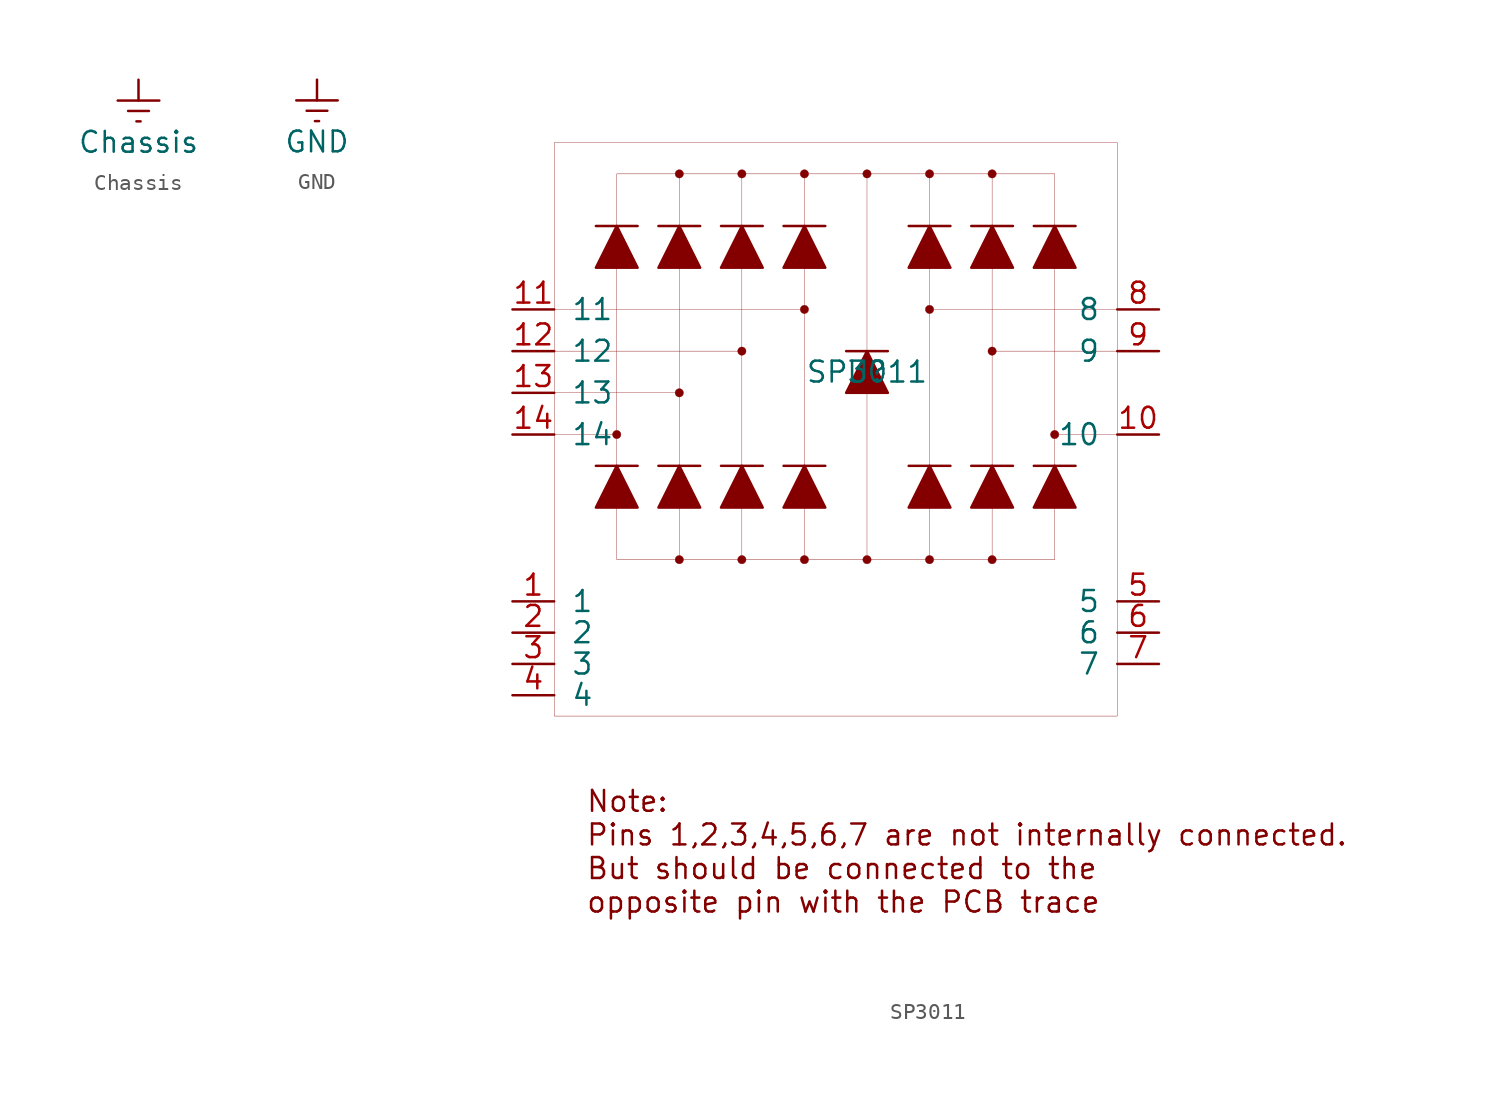
<source format=kicad_sym>
(kicad_symbol_lib
  (version 20200908)
  (generator kicad_symbol_editor)
  (symbol "Scott:Chassis"
    (power)
    (pin_names
      (offset 0))
    (property "Reference" "#PWR"
      (at 0 -6.35 0)
      (effects (font (size 1.27 1.27)) hide))
    (property "Value" "Chassis"
      (at 0 -3.81 0)
      (effects (font (size 1.27 1.27))))
    (symbol "Chassis_1_1"
      (polyline (pts (xy -0.635 -1.905) (xy 0.635 -1.905)) (stroke (width 0)) (fill (type none)))
      (polyline (pts (xy -0.127 -2.54) (xy 0.127 -2.54)) (stroke (width 0)) (fill (type none)))
      (polyline (pts (xy 0 -1.27) (xy 0 0)) (stroke (width 0)) (fill (type none)))
      (polyline (pts (xy 1.27 -1.27) (xy -1.27 -1.27)) (stroke (width 0)) (fill (type none)))
      (pin power_in line (at 0 0 270) (length 0) hide (name "GND" (effects (font (size 1.27 1.27)))) (number "1" (effects (font (size 1.27 1.27)))))))
  (symbol "Scott:GND"
    (power)
    (pin_names
      (offset 0))
    (property "Reference" "#PWR"
      (at 0 -6.35 0)
      (effects (font (size 1.27 1.27)) hide))
    (property "Value" "GND"
      (at 0 -3.81 0)
      (effects (font (size 1.27 1.27))))
    (symbol "GND_1_1"
      (polyline (pts (xy -0.635 -1.905) (xy 0.635 -1.905)) (stroke (width 0)) (fill (type none)))
      (polyline (pts (xy -0.127 -2.54) (xy 0.127 -2.54)) (stroke (width 0)) (fill (type none)))
      (polyline (pts (xy 0 -1.27) (xy 0 0)) (stroke (width 0)) (fill (type none)))
      (polyline (pts (xy 1.27 -1.27) (xy -1.27 -1.27)) (stroke (width 0)) (fill (type none)))
      (pin power_in line (at 0 0 270) (length 0) hide (name "GND" (effects (font (size 1.27 1.27)))) (number "1" (effects (font (size 1.27 1.27)))))))
  (symbol "Scott:SP3011"
    (pin_names
      (offset 1.016))
    (property "Reference" "U"
      (at 1.905 0 0)
      (effects (font (size 1.27 1.27))))
    (property "Value" "SP3011"
      (at 1.905 0 0)
      (effects (font (size 1.27 1.27))))
    (symbol "SP3011_0_1"
      (circle (center 9.525 12.065) (radius 0.254) (stroke (width 0.001)) (fill (type outline)))
      (circle (center 5.715 12.065) (radius 0.254) (stroke (width 0.001)) (fill (type outline)))
      (circle (center -1.905 12.065) (radius 0.254) (stroke (width 0.001)) (fill (type outline)))
      (circle (center -5.715 12.065) (radius 0.254) (stroke (width 0.001)) (fill (type outline)))
      (circle (center -9.525 12.065) (radius 0.254) (stroke (width 0.001)) (fill (type outline)))
      (circle (center -9.525 -11.43) (radius 0.254) (stroke (width 0.001)) (fill (type outline)))
      (circle (center -5.715 -11.43) (radius 0.254) (stroke (width 0.001)) (fill (type outline)))
      (circle (center -1.905 -11.43) (radius 0.254) (stroke (width 0.001)) (fill (type outline)))
      (circle (center 5.715 -11.43) (radius 0.254) (stroke (width 0.001)) (fill (type outline)))
      (circle (center 9.525 -11.43) (radius 0.254) (stroke (width 0.001)) (fill (type outline)))
      (circle (center 1.905 -11.43) (radius 0.254) (stroke (width 0.001)) (fill (type outline)))
      (circle (center 1.905 12.065) (radius 0.254) (stroke (width 0.001)) (fill (type outline)))
      (circle (center -1.905 3.81) (radius 0.254) (stroke (width 0.001)) (fill (type outline)))
      (circle (center -5.715 1.27) (radius 0.254) (stroke (width 0.001)) (fill (type outline)))
      (circle (center -9.525 -1.27) (radius 0.254) (stroke (width 0.001)) (fill (type outline)))
      (circle (center -13.335 -3.81) (radius 0.254) (stroke (width 0.001)) (fill (type outline)))
      (circle (center 5.715 3.81) (radius 0.254) (stroke (width 0.001)) (fill (type outline)))
      (circle (center 9.525 1.27) (radius 0.254) (stroke (width 0.001)) (fill (type outline)))
      (circle (center 13.335 -3.81) (radius 0.254) (stroke (width 0.001)) (fill (type outline)))
      (polyline (pts (xy -14.605 8.89) (xy -12.065 8.89)) (stroke (width 0)) (fill (type none)))
      (polyline (pts (xy -14.605 6.35) (xy -12.065 6.35) (xy -13.335 8.89) (xy -14.605 6.35)) (stroke (width 0)) (fill (type outline)))
      (polyline (pts (xy -10.795 8.89) (xy -8.255 8.89)) (stroke (width 0)) (fill (type none)))
      (polyline (pts (xy -10.795 6.35) (xy -8.255 6.35) (xy -9.525 8.89) (xy -10.795 6.35)) (stroke (width 0)) (fill (type outline)))
      (polyline (pts (xy -6.985 8.89) (xy -4.445 8.89)) (stroke (width 0)) (fill (type none)))
      (polyline (pts (xy -6.985 6.35) (xy -4.445 6.35) (xy -5.715 8.89) (xy -6.985 6.35)) (stroke (width 0)) (fill (type outline)))
      (polyline (pts (xy -3.175 8.89) (xy -0.635 8.89)) (stroke (width 0)) (fill (type none)))
      (polyline (pts (xy -3.175 6.35) (xy -0.635 6.35) (xy -1.905 8.89) (xy -3.175 6.35)) (stroke (width 0)) (fill (type outline)))
      (polyline (pts (xy 0.635 1.27) (xy 3.175 1.27)) (stroke (width 0)) (fill (type none)))
      (polyline (pts (xy 0.635 -1.27) (xy 3.175 -1.27) (xy 1.905 1.27) (xy 0.635 -1.27)) (stroke (width 0)) (fill (type outline)))
      (polyline (pts (xy 4.445 8.89) (xy 6.985 8.89)) (stroke (width 0)) (fill (type none)))
      (polyline (pts (xy 4.445 6.35) (xy 6.985 6.35) (xy 5.715 8.89) (xy 4.445 6.35)) (stroke (width 0)) (fill (type outline)))
      (polyline (pts (xy 8.255 8.89) (xy 10.795 8.89)) (stroke (width 0)) (fill (type none)))
      (polyline (pts (xy 8.255 6.35) (xy 10.795 6.35) (xy 9.525 8.89) (xy 8.255 6.35)) (stroke (width 0)) (fill (type outline)))
      (polyline (pts (xy 12.065 8.89) (xy 14.605 8.89)) (stroke (width 0)) (fill (type none)))
      (polyline (pts (xy 12.065 6.35) (xy 14.605 6.35) (xy 13.335 8.89) (xy 12.065 6.35)) (stroke (width 0)) (fill (type outline)))
      (polyline (pts (xy -14.605 -5.715) (xy -12.065 -5.715)) (stroke (width 0)) (fill (type none)))
      (polyline (pts (xy -14.605 -8.255) (xy -12.065 -8.255) (xy -13.335 -5.715) (xy -14.605 -8.255)) (stroke (width 0)) (fill (type outline)))
      (polyline (pts (xy -10.795 -5.715) (xy -8.255 -5.715)) (stroke (width 0)) (fill (type none)))
      (polyline (pts (xy -10.795 -8.255) (xy -8.255 -8.255) (xy -9.525 -5.715) (xy -10.795 -8.255)) (stroke (width 0)) (fill (type outline)))
      (polyline (pts (xy -6.985 -5.715) (xy -4.445 -5.715)) (stroke (width 0)) (fill (type none)))
      (polyline (pts (xy -6.985 -8.255) (xy -4.445 -8.255) (xy -5.715 -5.715) (xy -6.985 -8.255)) (stroke (width 0)) (fill (type outline)))
      (polyline (pts (xy -3.175 -5.715) (xy -0.635 -5.715)) (stroke (width 0)) (fill (type none)))
      (polyline (pts (xy -3.175 -8.255) (xy -0.635 -8.255) (xy -1.905 -5.715) (xy -3.175 -8.255)) (stroke (width 0)) (fill (type outline)))
      (polyline (pts (xy 4.445 -5.715) (xy 6.985 -5.715)) (stroke (width 0)) (fill (type none)))
      (polyline (pts (xy 4.445 -8.255) (xy 6.985 -8.255) (xy 5.715 -5.715) (xy 4.445 -8.255)) (stroke (width 0)) (fill (type outline)))
      (polyline (pts (xy 8.255 -5.715) (xy 10.795 -5.715)) (stroke (width 0)) (fill (type none)))
      (polyline (pts (xy 8.255 -8.255) (xy 10.795 -8.255) (xy 9.525 -5.715) (xy 8.255 -8.255)) (stroke (width 0)) (fill (type outline)))
      (polyline (pts (xy 12.065 -5.715) (xy 14.605 -5.715)) (stroke (width 0)) (fill (type none)))
      (polyline (pts (xy 12.065 -8.255) (xy 14.605 -8.255) (xy 13.335 -5.715) (xy 12.065 -8.255)) (stroke (width 0)) (fill (type outline)))
      (polyline (pts (xy -13.335 6.35) (xy -13.335 -5.715)) (stroke (width 0.001)) (fill (type none)))
      (polyline (pts (xy -9.525 6.35) (xy -9.525 -5.715)) (stroke (width 0.001)) (fill (type none)))
      (polyline (pts (xy -5.715 6.35) (xy -5.715 -5.715)) (stroke (width 0.001)) (fill (type none)))
      (polyline (pts (xy -1.905 6.35) (xy -1.905 -5.715)) (stroke (width 0.001)) (fill (type none)))
      (polyline (pts (xy 5.715 6.35) (xy 5.715 -5.715)) (stroke (width 0.001)) (fill (type none)))
      (polyline (pts (xy 9.525 6.35) (xy 9.525 -5.715)) (stroke (width 0.001)) (fill (type none)))
      (polyline (pts (xy 13.335 6.35) (xy 13.335 -5.715)) (stroke (width 0.001)) (fill (type none)))
      (polyline (pts (xy 1.905 1.27) (xy 1.905 12.065)) (stroke (width 0.001)) (fill (type none)))
      (polyline (pts (xy 5.715 8.89) (xy 5.715 12.065)) (stroke (width 0.001)) (fill (type none)))
      (polyline (pts (xy 9.525 8.89) (xy 9.525 12.065)) (stroke (width 0.001)) (fill (type none)))
      (polyline (pts (xy 13.335 8.89) (xy 13.335 12.065)) (stroke (width 0.001)) (fill (type none)))
      (polyline (pts (xy -1.905 8.89) (xy -1.905 12.065)) (stroke (width 0.001)) (fill (type none)))
      (polyline (pts (xy -5.715 8.89) (xy -5.715 12.065)) (stroke (width 0.001)) (fill (type none)))
      (polyline (pts (xy -9.525 8.89) (xy -9.525 12.065)) (stroke (width 0.001)) (fill (type none)))
      (polyline (pts (xy -1.905 -8.255) (xy -1.905 -11.43)) (stroke (width 0.001)) (fill (type none)))
      (polyline (pts (xy -5.715 -8.255) (xy -5.715 -11.43)) (stroke (width 0.001)) (fill (type none)))
      (polyline (pts (xy -9.525 -8.255) (xy -9.525 -11.43)) (stroke (width 0.001)) (fill (type none)))
      (polyline (pts (xy 5.715 -8.255) (xy 5.715 -11.43)) (stroke (width 0.001)) (fill (type none)))
      (polyline (pts (xy 9.525 -8.255) (xy 9.525 -11.43)) (stroke (width 0.001)) (fill (type none)))
      (polyline (pts (xy 13.335 -8.255) (xy 13.335 -11.43)) (stroke (width 0.001)) (fill (type none)))
      (polyline (pts (xy 1.905 -1.27) (xy 1.905 -11.43)) (stroke (width 0.001)) (fill (type none)))
      (polyline (pts (xy -17.145 13.97) (xy 17.145 13.97) (xy 17.145 -20.955) (xy -17.145 -20.955) (xy -17.145 13.97)) (stroke (width 0.001)) (fill (type none)))
      (polyline (pts (xy -17.145 3.81) (xy -1.905 3.81)) (stroke (width 0.001)) (fill (type none)))
      (polyline (pts (xy -17.145 1.27) (xy -5.715 1.27)) (stroke (width 0.001)) (fill (type none)))
      (polyline (pts (xy -17.145 -1.27) (xy -9.525 -1.27)) (stroke (width 0.001)) (fill (type none)))
      (polyline (pts (xy -17.145 -3.81) (xy -13.335 -3.81)) (stroke (width 0.001)) (fill (type none)))
      (polyline (pts (xy -13.335 8.89) (xy -13.335 12.065) (xy 13.335 12.065)) (stroke (width 0.001)) (fill (type none)))
      (polyline (pts (xy -13.335 -8.255) (xy -13.335 -11.43) (xy 13.335 -11.43)) (stroke (width 0.001)) (fill (type none)))
      (polyline (pts (xy 14.605 3.81) (xy 5.715 3.81)) (stroke (width 0.001)) (fill (type none)))
      (polyline (pts (xy 9.525 1.27) (xy 14.605 1.27)) (stroke (width 0.001)) (fill (type none)))
      (polyline (pts (xy 14.605 -3.81) (xy 13.335 -3.81)) (stroke (width 0.001)) (fill (type none)))
      (polyline (pts (xy 14.605 3.81) (xy 17.145 3.81)) (stroke (width 0.001)) (fill (type none)))
      (polyline (pts (xy 14.605 1.27) (xy 17.145 1.27)) (stroke (width 0.001)) (fill (type none)))
      (polyline (pts (xy 14.605 -3.81) (xy 17.145 -3.81)) (stroke (width 0.001)) (fill (type none))))
    (symbol "SP3011_0_0"
      (text "Note:\nPins 1,2,3,4,5,6,7 are not internally connected.\nBut should be connected to the\nopposite pin with the PCB trace" (at -15.24 -29.21 0) (effects (font (size 1.27 1.27)) (justify left))))
    (symbol "SP3011_1_1"
      (pin input line (at -19.685 3.81 0) (length 2.54) (name "11" (effects (font (size 1.27 1.27)))) (number "11" (effects (font (size 1.27 1.27)))))
      (pin input line (at -19.685 1.27 0) (length 2.54) (name "12" (effects (font (size 1.27 1.27)))) (number "12" (effects (font (size 1.27 1.27)))))
      (pin input line (at -19.685 -1.27 0) (length 2.54) (name "13" (effects (font (size 1.27 1.27)))) (number "13" (effects (font (size 1.27 1.27)))))
      (pin input line (at -19.685 -3.81 0) (length 2.54) (name "14" (effects (font (size 1.27 1.27)))) (number "14" (effects (font (size 1.27 1.27)))))
      (pin input line (at 19.685 3.81 180) (length 2.54) (name "8" (effects (font (size 1.27 1.27)))) (number "8" (effects (font (size 1.27 1.27)))))
      (pin input line (at 19.685 1.27 180) (length 2.54) (name "9" (effects (font (size 1.27 1.27)))) (number "9" (effects (font (size 1.27 1.27)))))
      (pin input line (at 19.685 -3.81 180) (length 2.54) (name "10" (effects (font (size 1.27 1.27)))) (number "10" (effects (font (size 1.27 1.27)))))
      (pin input line (at 19.685 -13.97 180) (length 2.54) (name "5" (effects (font (size 1.27 1.27)))) (number "5" (effects (font (size 1.27 1.27)))))
      (pin input line (at -19.685 -13.97 0) (length 2.54) (name "1" (effects (font (size 1.27 1.27)))) (number "1" (effects (font (size 1.27 1.27)))))
      (pin input line (at -19.685 -15.875 0) (length 2.54) (name "2" (effects (font (size 1.27 1.27)))) (number "2" (effects (font (size 1.27 1.27)))))
      (pin input line (at -19.685 -17.78 0) (length 2.54) (name "3" (effects (font (size 1.27 1.27)))) (number "3" (effects (font (size 1.27 1.27)))))
      (pin input line (at -19.685 -19.685 0) (length 2.54) (name "4" (effects (font (size 1.27 1.27)))) (number "4" (effects (font (size 1.27 1.27)))))
      (pin input line (at 19.685 -15.875 180) (length 2.54) (name "6" (effects (font (size 1.27 1.27)))) (number "6" (effects (font (size 1.27 1.27)))))
      (pin input line (at 19.685 -17.78 180) (length 2.54) (name "7" (effects (font (size 1.27 1.27)))) (number "7" (effects (font (size 1.27 1.27))))))))
</source>
